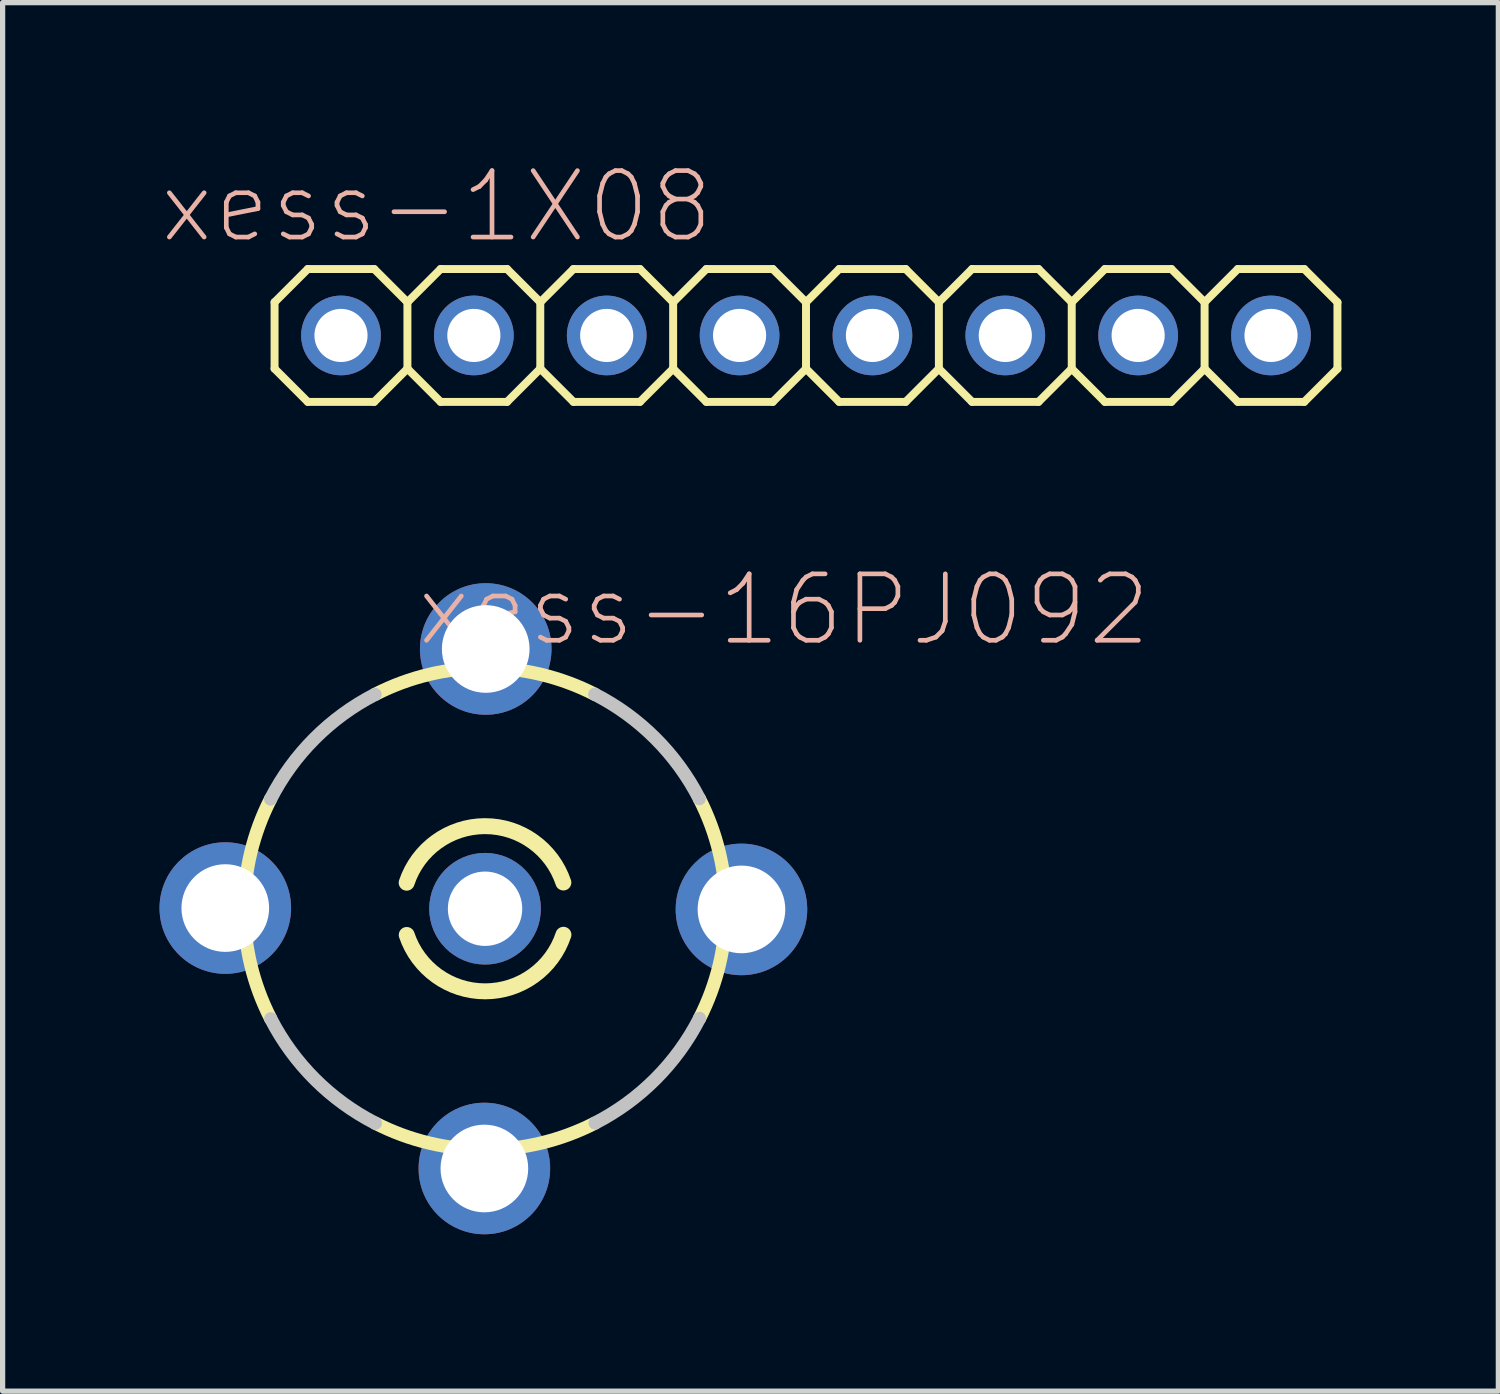
<source format=kicad_pcb>
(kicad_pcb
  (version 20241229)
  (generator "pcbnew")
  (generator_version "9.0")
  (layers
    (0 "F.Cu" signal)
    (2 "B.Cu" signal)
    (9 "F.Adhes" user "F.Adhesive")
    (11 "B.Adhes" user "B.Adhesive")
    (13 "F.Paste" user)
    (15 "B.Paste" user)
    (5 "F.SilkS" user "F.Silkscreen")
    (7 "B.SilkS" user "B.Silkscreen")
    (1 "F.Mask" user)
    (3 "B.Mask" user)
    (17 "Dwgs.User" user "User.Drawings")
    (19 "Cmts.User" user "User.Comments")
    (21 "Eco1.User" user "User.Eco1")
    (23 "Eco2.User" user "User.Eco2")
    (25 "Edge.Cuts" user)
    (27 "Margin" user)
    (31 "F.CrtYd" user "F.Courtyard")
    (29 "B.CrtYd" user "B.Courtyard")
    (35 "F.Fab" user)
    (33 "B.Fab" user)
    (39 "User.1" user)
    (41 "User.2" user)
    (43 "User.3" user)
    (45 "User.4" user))
  (footprint "xess-1X08"
    (layer "F.Cu")
    (at 12.359 3.363)
    (property "Reference" "xess-1X08" (at -7.061 -2.464 0) (layer "B.SilkS") (effects (font (size 1.27 1.27) (thickness 0.089))))
    (attr exclude_from_pos_files exclude_from_bom)
    (fp_line (start -10.16 -0.635) (end -10.16 0.635) (stroke (width 0.152) (type solid)) (layer "F.SilkS"))
    (fp_line (start -10.16 0.635) (end -9.525 1.27) (stroke (width 0.152) (type solid)) (layer "F.SilkS"))
    (fp_line (start -9.525 -1.27) (end -10.16 -0.635) (stroke (width 0.152) (type solid)) (layer "F.SilkS"))
    (fp_line (start -9.525 -1.27) (end -8.255 -1.27) (stroke (width 0.152) (type solid)) (layer "F.SilkS"))
    (fp_line (start -8.255 -1.27) (end -7.62 -0.635) (stroke (width 0.152) (type solid)) (layer "F.SilkS"))
    (fp_line (start -8.255 1.27) (end -9.525 1.27) (stroke (width 0.152) (type solid)) (layer "F.SilkS"))
    (fp_line (start -7.62 -0.635) (end -7.62 0.635) (stroke (width 0.152) (type solid)) (layer "F.SilkS"))
    (fp_line (start -7.62 -0.635) (end -6.985 -1.27) (stroke (width 0.152) (type solid)) (layer "F.SilkS"))
    (fp_line (start -7.62 0.635) (end -8.255 1.27) (stroke (width 0.152) (type solid)) (layer "F.SilkS"))
    (fp_line (start -6.985 -1.27) (end -5.715 -1.27) (stroke (width 0.152) (type solid)) (layer "F.SilkS"))
    (fp_line (start -6.985 1.27) (end -7.62 0.635) (stroke (width 0.152) (type solid)) (layer "F.SilkS"))
    (fp_line (start -5.715 -1.27) (end -5.08 -0.635) (stroke (width 0.152) (type solid)) (layer "F.SilkS"))
    (fp_line (start -5.715 1.27) (end -6.985 1.27) (stroke (width 0.152) (type solid)) (layer "F.SilkS"))
    (fp_line (start -5.08 -0.635) (end -5.08 0.635) (stroke (width 0.152) (type solid)) (layer "F.SilkS"))
    (fp_line (start -5.08 -0.635) (end -4.445 -1.27) (stroke (width 0.152) (type solid)) (layer "F.SilkS"))
    (fp_line (start -5.08 0.635) (end -5.715 1.27) (stroke (width 0.152) (type solid)) (layer "F.SilkS"))
    (fp_line (start -4.445 -1.27) (end -3.175 -1.27) (stroke (width 0.152) (type solid)) (layer "F.SilkS"))
    (fp_line (start -4.445 1.27) (end -5.08 0.635) (stroke (width 0.152) (type solid)) (layer "F.SilkS"))
    (fp_line (start -3.175 -1.27) (end -2.54 -0.635) (stroke (width 0.152) (type solid)) (layer "F.SilkS"))
    (fp_line (start -3.175 1.27) (end -4.445 1.27) (stroke (width 0.152) (type solid)) (layer "F.SilkS"))
    (fp_line (start -2.54 -0.635) (end -2.54 0.635) (stroke (width 0.152) (type solid)) (layer "F.SilkS"))
    (fp_line (start -2.54 0.635) (end -3.175 1.27) (stroke (width 0.152) (type solid)) (layer "F.SilkS"))
    (fp_line (start -2.54 0.635) (end -1.905 1.27) (stroke (width 0.152) (type solid)) (layer "F.SilkS"))
    (fp_line (start -1.905 -1.27) (end -2.54 -0.635) (stroke (width 0.152) (type solid)) (layer "F.SilkS"))
    (fp_line (start -1.905 -1.27) (end -0.635 -1.27) (stroke (width 0.152) (type solid)) (layer "F.SilkS"))
    (fp_line (start -0.635 -1.27) (end 0 -0.635) (stroke (width 0.152) (type solid)) (layer "F.SilkS"))
    (fp_line (start -0.635 1.27) (end -1.905 1.27) (stroke (width 0.152) (type solid)) (layer "F.SilkS"))
    (fp_line (start 0 -0.635) (end 0 0.635) (stroke (width 0.152) (type solid)) (layer "F.SilkS"))
    (fp_line (start 0 -0.635) (end 0.635 -1.27) (stroke (width 0.152) (type solid)) (layer "F.SilkS"))
    (fp_line (start 0 0.635) (end -0.635 1.27) (stroke (width 0.152) (type solid)) (layer "F.SilkS"))
    (fp_line (start 0.635 -1.27) (end 1.905 -1.27) (stroke (width 0.152) (type solid)) (layer "F.SilkS"))
    (fp_line (start 0.635 1.27) (end 0 0.635) (stroke (width 0.152) (type solid)) (layer "F.SilkS"))
    (fp_line (start 1.905 -1.27) (end 2.54 -0.635) (stroke (width 0.152) (type solid)) (layer "F.SilkS"))
    (fp_line (start 1.905 1.27) (end 0.635 1.27) (stroke (width 0.152) (type solid)) (layer "F.SilkS"))
    (fp_line (start 2.54 -0.635) (end 2.54 0.635) (stroke (width 0.152) (type solid)) (layer "F.SilkS"))
    (fp_line (start 2.54 -0.635) (end 3.175 -1.27) (stroke (width 0.152) (type solid)) (layer "F.SilkS"))
    (fp_line (start 2.54 0.635) (end 1.905 1.27) (stroke (width 0.152) (type solid)) (layer "F.SilkS"))
    (fp_line (start 3.175 -1.27) (end 4.445 -1.27) (stroke (width 0.152) (type solid)) (layer "F.SilkS"))
    (fp_line (start 3.175 1.27) (end 2.54 0.635) (stroke (width 0.152) (type solid)) (layer "F.SilkS"))
    (fp_line (start 4.445 -1.27) (end 5.08 -0.635) (stroke (width 0.152) (type solid)) (layer "F.SilkS"))
    (fp_line (start 4.445 1.27) (end 3.175 1.27) (stroke (width 0.152) (type solid)) (layer "F.SilkS"))
    (fp_line (start 5.08 -0.635) (end 5.08 0.635) (stroke (width 0.152) (type solid)) (layer "F.SilkS"))
    (fp_line (start 5.08 0.635) (end 4.445 1.27) (stroke (width 0.152) (type solid)) (layer "F.SilkS"))
    (fp_line (start 5.08 0.635) (end 5.715 1.27) (stroke (width 0.152) (type solid)) (layer "F.SilkS"))
    (fp_line (start 5.715 -1.27) (end 5.08 -0.635) (stroke (width 0.152) (type solid)) (layer "F.SilkS"))
    (fp_line (start 5.715 -1.27) (end 6.985 -1.27) (stroke (width 0.152) (type solid)) (layer "F.SilkS"))
    (fp_line (start 6.985 -1.27) (end 7.62 -0.635) (stroke (width 0.152) (type solid)) (layer "F.SilkS"))
    (fp_line (start 6.985 1.27) (end 5.715 1.27) (stroke (width 0.152) (type solid)) (layer "F.SilkS"))
    (fp_line (start 7.62 -0.635) (end 7.62 0.635) (stroke (width 0.152) (type solid)) (layer "F.SilkS"))
    (fp_line (start 7.62 0.635) (end 6.985 1.27) (stroke (width 0.152) (type solid)) (layer "F.SilkS"))
    (fp_line (start 7.62 0.635) (end 8.255 1.27) (stroke (width 0.152) (type solid)) (layer "F.SilkS"))
    (fp_line (start 8.255 -1.27) (end 7.62 -0.635) (stroke (width 0.152) (type solid)) (layer "F.SilkS"))
    (fp_line (start 8.255 -1.27) (end 9.525 -1.27) (stroke (width 0.152) (type solid)) (layer "F.SilkS"))
    (fp_line (start 9.525 -1.27) (end 10.16 -0.635) (stroke (width 0.152) (type solid)) (layer "F.SilkS"))
    (fp_line (start 9.525 1.27) (end 8.255 1.27) (stroke (width 0.152) (type solid)) (layer "F.SilkS"))
    (fp_line (start 10.16 -0.635) (end 10.16 0.635) (stroke (width 0.152) (type solid)) (layer "F.SilkS"))
    (fp_line (start 10.16 0.635) (end 9.525 1.27) (stroke (width 0.152) (type solid)) (layer "F.SilkS"))
    (fp_line (start -9.144 -0.254) (end -8.636 -0.254) (stroke (width 0.066) (type solid)) (layer "Dwgs.User"))
    (fp_line (start -9.144 0.254) (end -9.144 -0.254) (stroke (width 0.066) (type solid)) (layer "Dwgs.User"))
    (fp_line (start -9.144 0.254) (end -8.636 0.254) (stroke (width 0.066) (type solid)) (layer "Dwgs.User"))
    (fp_line (start -8.636 0.254) (end -8.636 -0.254) (stroke (width 0.066) (type solid)) (layer "Dwgs.User"))
    (fp_line (start -6.604 -0.254) (end -6.096 -0.254) (stroke (width 0.066) (type solid)) (layer "Dwgs.User"))
    (fp_line (start -6.604 0.254) (end -6.604 -0.254) (stroke (width 0.066) (type solid)) (layer "Dwgs.User"))
    (fp_line (start -6.604 0.254) (end -6.096 0.254) (stroke (width 0.066) (type solid)) (layer "Dwgs.User"))
    (fp_line (start -6.096 0.254) (end -6.096 -0.254) (stroke (width 0.066) (type solid)) (layer "Dwgs.User"))
    (fp_line (start -4.064 -0.254) (end -3.556 -0.254) (stroke (width 0.066) (type solid)) (layer "Dwgs.User"))
    (fp_line (start -4.064 0.254) (end -4.064 -0.254) (stroke (width 0.066) (type solid)) (layer "Dwgs.User"))
    (fp_line (start -4.064 0.254) (end -3.556 0.254) (stroke (width 0.066) (type solid)) (layer "Dwgs.User"))
    (fp_line (start -3.556 0.254) (end -3.556 -0.254) (stroke (width 0.066) (type solid)) (layer "Dwgs.User"))
    (fp_line (start -1.524 -0.254) (end -1.016 -0.254) (stroke (width 0.066) (type solid)) (layer "Dwgs.User"))
    (fp_line (start -1.524 0.254) (end -1.524 -0.254) (stroke (width 0.066) (type solid)) (layer "Dwgs.User"))
    (fp_line (start -1.524 0.254) (end -1.016 0.254) (stroke (width 0.066) (type solid)) (layer "Dwgs.User"))
    (fp_line (start -1.016 0.254) (end -1.016 -0.254) (stroke (width 0.066) (type solid)) (layer "Dwgs.User"))
    (fp_line (start 1.016 -0.254) (end 1.524 -0.254) (stroke (width 0.066) (type solid)) (layer "Dwgs.User"))
    (fp_line (start 1.016 0.254) (end 1.016 -0.254) (stroke (width 0.066) (type solid)) (layer "Dwgs.User"))
    (fp_line (start 1.016 0.254) (end 1.524 0.254) (stroke (width 0.066) (type solid)) (layer "Dwgs.User"))
    (fp_line (start 1.524 0.254) (end 1.524 -0.254) (stroke (width 0.066) (type solid)) (layer "Dwgs.User"))
    (fp_line (start 3.556 -0.254) (end 4.064 -0.254) (stroke (width 0.066) (type solid)) (layer "Dwgs.User"))
    (fp_line (start 3.556 0.254) (end 3.556 -0.254) (stroke (width 0.066) (type solid)) (layer "Dwgs.User"))
    (fp_line (start 3.556 0.254) (end 4.064 0.254) (stroke (width 0.066) (type solid)) (layer "Dwgs.User"))
    (fp_line (start 4.064 0.254) (end 4.064 -0.254) (stroke (width 0.066) (type solid)) (layer "Dwgs.User"))
    (fp_line (start 6.096 -0.254) (end 6.604 -0.254) (stroke (width 0.066) (type solid)) (layer "Dwgs.User"))
    (fp_line (start 6.096 0.254) (end 6.096 -0.254) (stroke (width 0.066) (type solid)) (layer "Dwgs.User"))
    (fp_line (start 6.096 0.254) (end 6.604 0.254) (stroke (width 0.066) (type solid)) (layer "Dwgs.User"))
    (fp_line (start 6.604 0.254) (end 6.604 -0.254) (stroke (width 0.066) (type solid)) (layer "Dwgs.User"))
    (fp_line (start 8.636 -0.254) (end 9.144 -0.254) (stroke (width 0.066) (type solid)) (layer "Dwgs.User"))
    (fp_line (start 8.636 0.254) (end 8.636 -0.254) (stroke (width 0.066) (type solid)) (layer "Dwgs.User"))
    (fp_line (start 8.636 0.254) (end 9.144 0.254) (stroke (width 0.066) (type solid)) (layer "Dwgs.User"))
    (fp_line (start 9.144 0.254) (end 9.144 -0.254) (stroke (width 0.066) (type solid)) (layer "Dwgs.User"))
    (pad "1" thru_hole circle (at -8.89 0) (size 1.524 1.524) (drill 1.016) (layers "*.Cu" "*.Mask"))
    (pad "2" thru_hole circle (at -6.35 0) (size 1.524 1.524) (drill 1.016) (layers "*.Cu" "*.Mask"))
    (pad "3" thru_hole circle (at -3.81 0) (size 1.524 1.524) (drill 1.016) (layers "*.Cu" "*.Mask"))
    (pad "4" thru_hole circle (at -1.27 0) (size 1.524 1.524) (drill 1.016) (layers "*.Cu" "*.Mask"))
    (pad "5" thru_hole circle (at 1.27 0) (size 1.524 1.524) (drill 1.016) (layers "*.Cu" "*.Mask"))
    (pad "6" thru_hole circle (at 3.81 0) (size 1.524 1.524) (drill 1.016) (layers "*.Cu" "*.Mask"))
    (pad "7" thru_hole circle (at 6.35 0) (size 1.524 1.524) (drill 1.016) (layers "*.Cu" "*.Mask"))
    (pad "8" thru_hole circle (at 8.89 0) (size 1.524 1.524) (drill 1.016) (layers "*.Cu" "*.Mask")))
  (footprint "xess-16PJ092"
    (layer "F.Cu")
    (at 6.223 14.323)
    (property "Reference" "xess-16PJ092" (at 5.715 -5.715 0) (layer "B.SilkS") (effects (font (size 1.27 1.27) (thickness 0.089))))
    (attr exclude_from_pos_files exclude_from_bom)
    (fp_arc (start -4.09956 2.09804) (mid -4.605232 0.000168) (end -4.099713 -2.09774) (stroke (width 0.254) (type solid)) (layer "F.SilkS"))
    (fp_arc (start -2.09804 -4.09956) (mid -0.000168 -4.605232) (end 2.09774 -4.099713) (stroke (width 0.254) (type solid)) (layer "F.SilkS"))
    (fp_arc (start -1.4986 -0.49784) (mid -0.002021 -1.579127) (end 1.497321 -0.501675) (stroke (width 0.3048) (type solid)) (layer "F.SilkS"))
    (fp_arc (start 1.4986 0.49784) (mid 0.002021 1.579127) (end -1.497321 0.501675) (stroke (width 0.3048) (type solid)) (layer "F.SilkS"))
    (fp_arc (start 2.09804 4.09956) (mid 0.000168 4.605232) (end -2.09774 4.099713) (stroke (width 0.254) (type solid)) (layer "F.SilkS"))
    (fp_arc (start 4.09956 -2.09804) (mid 4.605232 -0.000168) (end 4.099713 2.09774) (stroke (width 0.254) (type solid)) (layer "F.SilkS"))
    (fp_arc (start -4.09956 -2.09804) (mid -3.259112 -3.253667) (end -2.104892 -4.096046) (stroke (width 0.254) (type solid)) (layer "Dwgs.User"))
    (fp_arc (start -2.09804 4.09956) (mid -3.253667 3.259112) (end -4.096046 2.104892) (stroke (width 0.254) (type solid)) (layer "Dwgs.User"))
    (fp_arc (start 2.09804 -4.09956) (mid 3.253667 -3.259112) (end 4.096046 -2.104892) (stroke (width 0.254) (type solid)) (layer "Dwgs.User"))
    (fp_arc (start 4.09956 2.09804) (mid 3.259112 3.253667) (end 2.104892 4.096046) (stroke (width 0.254) (type solid)) (layer "Dwgs.User"))
    (pad "1" thru_hole circle (at 0 0) (size 2.134 2.134) (drill 1.422) (layers "*.Cu" "*.Mask"))
    (pad "2" thru_hole circle (at -0.013 4.966) (size 2.515 2.515) (drill 1.676) (layers "*.Cu" "*.Mask"))
    (pad "3" thru_hole circle (at 4.902 0.013) (size 2.515 2.515) (drill 1.676) (layers "*.Cu" "*.Mask"))
    (pad "4" thru_hole circle (at 0.013 -4.966) (size 2.515 2.515) (drill 1.676) (layers "*.Cu" "*.Mask"))
    (pad "5" thru_hole circle (at -4.966 -0.013) (size 2.515 2.515) (drill 1.676) (layers "*.Cu" "*.Mask")))
  (gr_rect
    (start -3 -3)
    (end 25.595 23.546)
    (stroke (width 0.1) (type default))
    (fill no)
    (layer "Edge.Cuts")))
</source>
